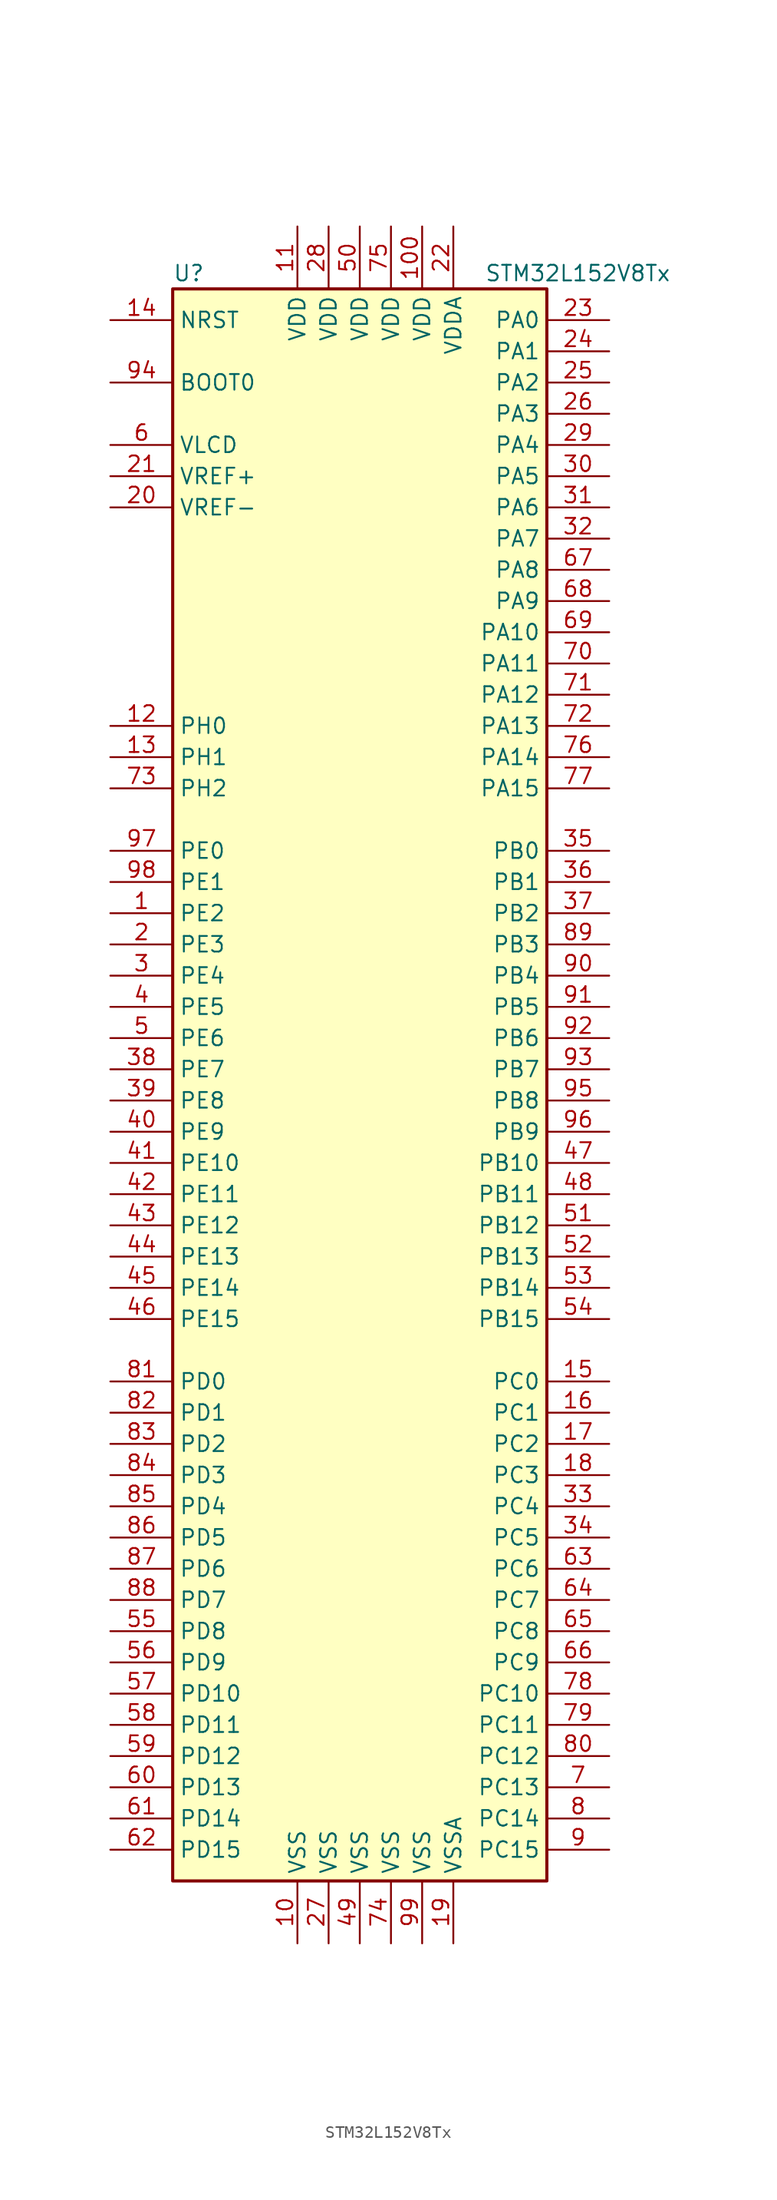
<source format=kicad_sym>
(kicad_symbol_lib
  (version 20201005)
  (generator kicad_symbol_editor)
  (symbol "MCU_ST_STM32L1:STM32L152V8Tx"
    (property "Reference" "U"
      (at -15.24 64.77 0)
      (effects (font (size 1.27 1.27)) (justify left)))
    (property "Value" "STM32L152V8Tx"
      (at 10.16 64.77 0)
      (effects (font (size 1.27 1.27)) (justify left)))
    (symbol "STM32L152V8Tx_0_1"
      (rectangle (start -15.24 -66.04) (end 15.24 63.5) (stroke (width 0.254)) (fill (type background))))
    (symbol "STM32L152V8Tx_1_1"
      (pin input line (at -20.32 55.88 0) (length 5.08) (name "BOOT0" (effects (font (size 1.27 1.27)))) (number "94" (effects (font (size 1.27 1.27)))))
      (pin input line (at -20.32 60.96 0) (length 5.08) (name "NRST" (effects (font (size 1.27 1.27)))) (number "14" (effects (font (size 1.27 1.27)))))
      (pin bidirectional line (at 20.32 60.96 180) (length 5.08) (name "PA0" (effects (font (size 1.27 1.27)))) (number "23" (effects (font (size 1.27 1.27)))))
      (pin bidirectional line (at 20.32 58.42 180) (length 5.08) (name "PA1" (effects (font (size 1.27 1.27)))) (number "24" (effects (font (size 1.27 1.27)))))
      (pin bidirectional line (at 20.32 35.56 180) (length 5.08) (name "PA10" (effects (font (size 1.27 1.27)))) (number "69" (effects (font (size 1.27 1.27)))))
      (pin bidirectional line (at 20.32 33.02 180) (length 5.08) (name "PA11" (effects (font (size 1.27 1.27)))) (number "70" (effects (font (size 1.27 1.27)))))
      (pin bidirectional line (at 20.32 30.48 180) (length 5.08) (name "PA12" (effects (font (size 1.27 1.27)))) (number "71" (effects (font (size 1.27 1.27)))))
      (pin bidirectional line (at 20.32 27.94 180) (length 5.08) (name "PA13" (effects (font (size 1.27 1.27)))) (number "72" (effects (font (size 1.27 1.27)))))
      (pin bidirectional line (at 20.32 25.4 180) (length 5.08) (name "PA14" (effects (font (size 1.27 1.27)))) (number "76" (effects (font (size 1.27 1.27)))))
      (pin bidirectional line (at 20.32 22.86 180) (length 5.08) (name "PA15" (effects (font (size 1.27 1.27)))) (number "77" (effects (font (size 1.27 1.27)))))
      (pin bidirectional line (at 20.32 55.88 180) (length 5.08) (name "PA2" (effects (font (size 1.27 1.27)))) (number "25" (effects (font (size 1.27 1.27)))))
      (pin bidirectional line (at 20.32 53.34 180) (length 5.08) (name "PA3" (effects (font (size 1.27 1.27)))) (number "26" (effects (font (size 1.27 1.27)))))
      (pin bidirectional line (at 20.32 50.8 180) (length 5.08) (name "PA4" (effects (font (size 1.27 1.27)))) (number "29" (effects (font (size 1.27 1.27)))))
      (pin bidirectional line (at 20.32 48.26 180) (length 5.08) (name "PA5" (effects (font (size 1.27 1.27)))) (number "30" (effects (font (size 1.27 1.27)))))
      (pin bidirectional line (at 20.32 45.72 180) (length 5.08) (name "PA6" (effects (font (size 1.27 1.27)))) (number "31" (effects (font (size 1.27 1.27)))))
      (pin bidirectional line (at 20.32 43.18 180) (length 5.08) (name "PA7" (effects (font (size 1.27 1.27)))) (number "32" (effects (font (size 1.27 1.27)))))
      (pin bidirectional line (at 20.32 40.64 180) (length 5.08) (name "PA8" (effects (font (size 1.27 1.27)))) (number "67" (effects (font (size 1.27 1.27)))))
      (pin bidirectional line (at 20.32 38.1 180) (length 5.08) (name "PA9" (effects (font (size 1.27 1.27)))) (number "68" (effects (font (size 1.27 1.27)))))
      (pin bidirectional line (at 20.32 17.78 180) (length 5.08) (name "PB0" (effects (font (size 1.27 1.27)))) (number "35" (effects (font (size 1.27 1.27)))))
      (pin bidirectional line (at 20.32 15.24 180) (length 5.08) (name "PB1" (effects (font (size 1.27 1.27)))) (number "36" (effects (font (size 1.27 1.27)))))
      (pin bidirectional line (at 20.32 -7.62 180) (length 5.08) (name "PB10" (effects (font (size 1.27 1.27)))) (number "47" (effects (font (size 1.27 1.27)))))
      (pin bidirectional line (at 20.32 -10.16 180) (length 5.08) (name "PB11" (effects (font (size 1.27 1.27)))) (number "48" (effects (font (size 1.27 1.27)))))
      (pin bidirectional line (at 20.32 -12.7 180) (length 5.08) (name "PB12" (effects (font (size 1.27 1.27)))) (number "51" (effects (font (size 1.27 1.27)))))
      (pin bidirectional line (at 20.32 -15.24 180) (length 5.08) (name "PB13" (effects (font (size 1.27 1.27)))) (number "52" (effects (font (size 1.27 1.27)))))
      (pin bidirectional line (at 20.32 -17.78 180) (length 5.08) (name "PB14" (effects (font (size 1.27 1.27)))) (number "53" (effects (font (size 1.27 1.27)))))
      (pin bidirectional line (at 20.32 -20.32 180) (length 5.08) (name "PB15" (effects (font (size 1.27 1.27)))) (number "54" (effects (font (size 1.27 1.27)))))
      (pin bidirectional line (at 20.32 12.7 180) (length 5.08) (name "PB2" (effects (font (size 1.27 1.27)))) (number "37" (effects (font (size 1.27 1.27)))))
      (pin bidirectional line (at 20.32 10.16 180) (length 5.08) (name "PB3" (effects (font (size 1.27 1.27)))) (number "89" (effects (font (size 1.27 1.27)))))
      (pin bidirectional line (at 20.32 7.62 180) (length 5.08) (name "PB4" (effects (font (size 1.27 1.27)))) (number "90" (effects (font (size 1.27 1.27)))))
      (pin bidirectional line (at 20.32 5.08 180) (length 5.08) (name "PB5" (effects (font (size 1.27 1.27)))) (number "91" (effects (font (size 1.27 1.27)))))
      (pin bidirectional line (at 20.32 2.54 180) (length 5.08) (name "PB6" (effects (font (size 1.27 1.27)))) (number "92" (effects (font (size 1.27 1.27)))))
      (pin bidirectional line (at 20.32 0 180) (length 5.08) (name "PB7" (effects (font (size 1.27 1.27)))) (number "93" (effects (font (size 1.27 1.27)))))
      (pin bidirectional line (at 20.32 -2.54 180) (length 5.08) (name "PB8" (effects (font (size 1.27 1.27)))) (number "95" (effects (font (size 1.27 1.27)))))
      (pin bidirectional line (at 20.32 -5.08 180) (length 5.08) (name "PB9" (effects (font (size 1.27 1.27)))) (number "96" (effects (font (size 1.27 1.27)))))
      (pin bidirectional line (at 20.32 -25.4 180) (length 5.08) (name "PC0" (effects (font (size 1.27 1.27)))) (number "15" (effects (font (size 1.27 1.27)))))
      (pin bidirectional line (at 20.32 -27.94 180) (length 5.08) (name "PC1" (effects (font (size 1.27 1.27)))) (number "16" (effects (font (size 1.27 1.27)))))
      (pin bidirectional line (at 20.32 -50.8 180) (length 5.08) (name "PC10" (effects (font (size 1.27 1.27)))) (number "78" (effects (font (size 1.27 1.27)))))
      (pin bidirectional line (at 20.32 -53.34 180) (length 5.08) (name "PC11" (effects (font (size 1.27 1.27)))) (number "79" (effects (font (size 1.27 1.27)))))
      (pin bidirectional line (at 20.32 -55.88 180) (length 5.08) (name "PC12" (effects (font (size 1.27 1.27)))) (number "80" (effects (font (size 1.27 1.27)))))
      (pin bidirectional line (at 20.32 -58.42 180) (length 5.08) (name "PC13" (effects (font (size 1.27 1.27)))) (number "7" (effects (font (size 1.27 1.27)))))
      (pin bidirectional line (at 20.32 -60.96 180) (length 5.08) (name "PC14" (effects (font (size 1.27 1.27)))) (number "8" (effects (font (size 1.27 1.27)))))
      (pin bidirectional line (at 20.32 -63.5 180) (length 5.08) (name "PC15" (effects (font (size 1.27 1.27)))) (number "9" (effects (font (size 1.27 1.27)))))
      (pin bidirectional line (at 20.32 -30.48 180) (length 5.08) (name "PC2" (effects (font (size 1.27 1.27)))) (number "17" (effects (font (size 1.27 1.27)))))
      (pin bidirectional line (at 20.32 -33.02 180) (length 5.08) (name "PC3" (effects (font (size 1.27 1.27)))) (number "18" (effects (font (size 1.27 1.27)))))
      (pin bidirectional line (at 20.32 -35.56 180) (length 5.08) (name "PC4" (effects (font (size 1.27 1.27)))) (number "33" (effects (font (size 1.27 1.27)))))
      (pin bidirectional line (at 20.32 -38.1 180) (length 5.08) (name "PC5" (effects (font (size 1.27 1.27)))) (number "34" (effects (font (size 1.27 1.27)))))
      (pin bidirectional line (at 20.32 -40.64 180) (length 5.08) (name "PC6" (effects (font (size 1.27 1.27)))) (number "63" (effects (font (size 1.27 1.27)))))
      (pin bidirectional line (at 20.32 -43.18 180) (length 5.08) (name "PC7" (effects (font (size 1.27 1.27)))) (number "64" (effects (font (size 1.27 1.27)))))
      (pin bidirectional line (at 20.32 -45.72 180) (length 5.08) (name "PC8" (effects (font (size 1.27 1.27)))) (number "65" (effects (font (size 1.27 1.27)))))
      (pin bidirectional line (at 20.32 -48.26 180) (length 5.08) (name "PC9" (effects (font (size 1.27 1.27)))) (number "66" (effects (font (size 1.27 1.27)))))
      (pin bidirectional line (at -20.32 -25.4 0) (length 5.08) (name "PD0" (effects (font (size 1.27 1.27)))) (number "81" (effects (font (size 1.27 1.27)))))
      (pin bidirectional line (at -20.32 -27.94 0) (length 5.08) (name "PD1" (effects (font (size 1.27 1.27)))) (number "82" (effects (font (size 1.27 1.27)))))
      (pin bidirectional line (at -20.32 -50.8 0) (length 5.08) (name "PD10" (effects (font (size 1.27 1.27)))) (number "57" (effects (font (size 1.27 1.27)))))
      (pin bidirectional line (at -20.32 -53.34 0) (length 5.08) (name "PD11" (effects (font (size 1.27 1.27)))) (number "58" (effects (font (size 1.27 1.27)))))
      (pin bidirectional line (at -20.32 -55.88 0) (length 5.08) (name "PD12" (effects (font (size 1.27 1.27)))) (number "59" (effects (font (size 1.27 1.27)))))
      (pin bidirectional line (at -20.32 -58.42 0) (length 5.08) (name "PD13" (effects (font (size 1.27 1.27)))) (number "60" (effects (font (size 1.27 1.27)))))
      (pin bidirectional line (at -20.32 -60.96 0) (length 5.08) (name "PD14" (effects (font (size 1.27 1.27)))) (number "61" (effects (font (size 1.27 1.27)))))
      (pin bidirectional line (at -20.32 -63.5 0) (length 5.08) (name "PD15" (effects (font (size 1.27 1.27)))) (number "62" (effects (font (size 1.27 1.27)))))
      (pin bidirectional line (at -20.32 -30.48 0) (length 5.08) (name "PD2" (effects (font (size 1.27 1.27)))) (number "83" (effects (font (size 1.27 1.27)))))
      (pin bidirectional line (at -20.32 -33.02 0) (length 5.08) (name "PD3" (effects (font (size 1.27 1.27)))) (number "84" (effects (font (size 1.27 1.27)))))
      (pin bidirectional line (at -20.32 -35.56 0) (length 5.08) (name "PD4" (effects (font (size 1.27 1.27)))) (number "85" (effects (font (size 1.27 1.27)))))
      (pin bidirectional line (at -20.32 -38.1 0) (length 5.08) (name "PD5" (effects (font (size 1.27 1.27)))) (number "86" (effects (font (size 1.27 1.27)))))
      (pin bidirectional line (at -20.32 -40.64 0) (length 5.08) (name "PD6" (effects (font (size 1.27 1.27)))) (number "87" (effects (font (size 1.27 1.27)))))
      (pin bidirectional line (at -20.32 -43.18 0) (length 5.08) (name "PD7" (effects (font (size 1.27 1.27)))) (number "88" (effects (font (size 1.27 1.27)))))
      (pin bidirectional line (at -20.32 -45.72 0) (length 5.08) (name "PD8" (effects (font (size 1.27 1.27)))) (number "55" (effects (font (size 1.27 1.27)))))
      (pin bidirectional line (at -20.32 -48.26 0) (length 5.08) (name "PD9" (effects (font (size 1.27 1.27)))) (number "56" (effects (font (size 1.27 1.27)))))
      (pin bidirectional line (at -20.32 17.78 0) (length 5.08) (name "PE0" (effects (font (size 1.27 1.27)))) (number "97" (effects (font (size 1.27 1.27)))))
      (pin bidirectional line (at -20.32 15.24 0) (length 5.08) (name "PE1" (effects (font (size 1.27 1.27)))) (number "98" (effects (font (size 1.27 1.27)))))
      (pin bidirectional line (at -20.32 -7.62 0) (length 5.08) (name "PE10" (effects (font (size 1.27 1.27)))) (number "41" (effects (font (size 1.27 1.27)))))
      (pin bidirectional line (at -20.32 -10.16 0) (length 5.08) (name "PE11" (effects (font (size 1.27 1.27)))) (number "42" (effects (font (size 1.27 1.27)))))
      (pin bidirectional line (at -20.32 -12.7 0) (length 5.08) (name "PE12" (effects (font (size 1.27 1.27)))) (number "43" (effects (font (size 1.27 1.27)))))
      (pin bidirectional line (at -20.32 -15.24 0) (length 5.08) (name "PE13" (effects (font (size 1.27 1.27)))) (number "44" (effects (font (size 1.27 1.27)))))
      (pin bidirectional line (at -20.32 -17.78 0) (length 5.08) (name "PE14" (effects (font (size 1.27 1.27)))) (number "45" (effects (font (size 1.27 1.27)))))
      (pin bidirectional line (at -20.32 -20.32 0) (length 5.08) (name "PE15" (effects (font (size 1.27 1.27)))) (number "46" (effects (font (size 1.27 1.27)))))
      (pin bidirectional line (at -20.32 12.7 0) (length 5.08) (name "PE2" (effects (font (size 1.27 1.27)))) (number "1" (effects (font (size 1.27 1.27)))))
      (pin bidirectional line (at -20.32 10.16 0) (length 5.08) (name "PE3" (effects (font (size 1.27 1.27)))) (number "2" (effects (font (size 1.27 1.27)))))
      (pin bidirectional line (at -20.32 7.62 0) (length 5.08) (name "PE4" (effects (font (size 1.27 1.27)))) (number "3" (effects (font (size 1.27 1.27)))))
      (pin bidirectional line (at -20.32 5.08 0) (length 5.08) (name "PE5" (effects (font (size 1.27 1.27)))) (number "4" (effects (font (size 1.27 1.27)))))
      (pin bidirectional line (at -20.32 2.54 0) (length 5.08) (name "PE6" (effects (font (size 1.27 1.27)))) (number "5" (effects (font (size 1.27 1.27)))))
      (pin bidirectional line (at -20.32 0 0) (length 5.08) (name "PE7" (effects (font (size 1.27 1.27)))) (number "38" (effects (font (size 1.27 1.27)))))
      (pin bidirectional line (at -20.32 -2.54 0) (length 5.08) (name "PE8" (effects (font (size 1.27 1.27)))) (number "39" (effects (font (size 1.27 1.27)))))
      (pin bidirectional line (at -20.32 -5.08 0) (length 5.08) (name "PE9" (effects (font (size 1.27 1.27)))) (number "40" (effects (font (size 1.27 1.27)))))
      (pin input line (at -20.32 27.94 0) (length 5.08) (name "PH0" (effects (font (size 1.27 1.27)))) (number "12" (effects (font (size 1.27 1.27)))))
      (pin input line (at -20.32 25.4 0) (length 5.08) (name "PH1" (effects (font (size 1.27 1.27)))) (number "13" (effects (font (size 1.27 1.27)))))
      (pin bidirectional line (at -20.32 22.86 0) (length 5.08) (name "PH2" (effects (font (size 1.27 1.27)))) (number "73" (effects (font (size 1.27 1.27)))))
      (pin power_in line (at 5.08 68.58 270) (length 5.08) (name "VDD" (effects (font (size 1.27 1.27)))) (number "100" (effects (font (size 1.27 1.27)))))
      (pin power_in line (at -5.08 68.58 270) (length 5.08) (name "VDD" (effects (font (size 1.27 1.27)))) (number "11" (effects (font (size 1.27 1.27)))))
      (pin power_in line (at -2.54 68.58 270) (length 5.08) (name "VDD" (effects (font (size 1.27 1.27)))) (number "28" (effects (font (size 1.27 1.27)))))
      (pin power_in line (at 0 68.58 270) (length 5.08) (name "VDD" (effects (font (size 1.27 1.27)))) (number "50" (effects (font (size 1.27 1.27)))))
      (pin power_in line (at 2.54 68.58 270) (length 5.08) (name "VDD" (effects (font (size 1.27 1.27)))) (number "75" (effects (font (size 1.27 1.27)))))
      (pin power_in line (at 7.62 68.58 270) (length 5.08) (name "VDDA" (effects (font (size 1.27 1.27)))) (number "22" (effects (font (size 1.27 1.27)))))
      (pin power_in line (at -20.32 50.8 0) (length 5.08) (name "VLCD" (effects (font (size 1.27 1.27)))) (number "6" (effects (font (size 1.27 1.27)))))
      (pin power_in line (at -20.32 48.26 0) (length 5.08) (name "VREF+" (effects (font (size 1.27 1.27)))) (number "21" (effects (font (size 1.27 1.27)))))
      (pin power_in line (at -20.32 45.72 0) (length 5.08) (name "VREF-" (effects (font (size 1.27 1.27)))) (number "20" (effects (font (size 1.27 1.27)))))
      (pin power_in line (at -5.08 -71.12 90) (length 5.08) (name "VSS" (effects (font (size 1.27 1.27)))) (number "10" (effects (font (size 1.27 1.27)))))
      (pin power_in line (at -2.54 -71.12 90) (length 5.08) (name "VSS" (effects (font (size 1.27 1.27)))) (number "27" (effects (font (size 1.27 1.27)))))
      (pin power_in line (at 0 -71.12 90) (length 5.08) (name "VSS" (effects (font (size 1.27 1.27)))) (number "49" (effects (font (size 1.27 1.27)))))
      (pin power_in line (at 2.54 -71.12 90) (length 5.08) (name "VSS" (effects (font (size 1.27 1.27)))) (number "74" (effects (font (size 1.27 1.27)))))
      (pin power_in line (at 5.08 -71.12 90) (length 5.08) (name "VSS" (effects (font (size 1.27 1.27)))) (number "99" (effects (font (size 1.27 1.27)))))
      (pin power_in line (at 7.62 -71.12 90) (length 5.08) (name "VSSA" (effects (font (size 1.27 1.27)))) (number "19" (effects (font (size 1.27 1.27))))))))
</source>
